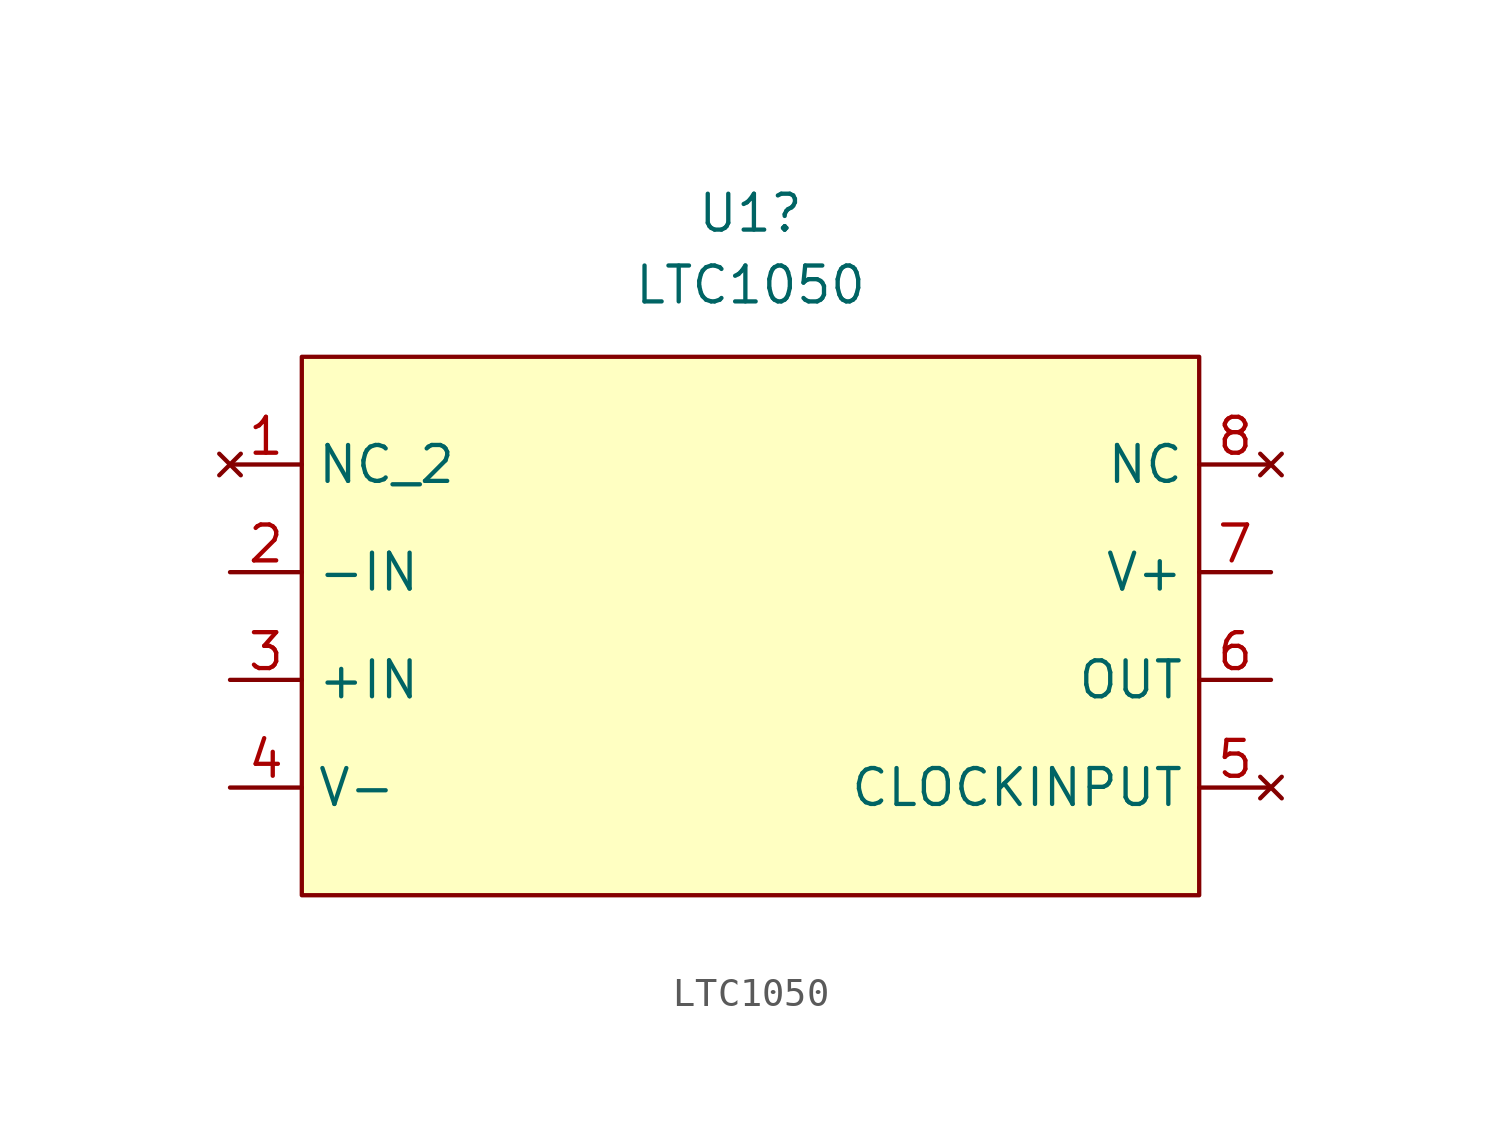
<source format=kicad_sym>
(kicad_symbol_lib
  (version 20220914)
  (generator kicad_symbol_editor)
  (symbol "LTC1050"
    (property "Reference" "U1"
      (at -0.635 2.54 0)
      (effects (font (size 1.27 1.27))))
    (property "Value" "LTC1050"
      (at -0.635 0 0)
      (effects (font (size 1.27 1.27))))
    (symbol "LTC1050_1_1"
      (rectangle (start -16.51 -2.54) (end 15.24 -21.59) (stroke (width 0.152) (type default)) (fill (type background)))
      (pin no_connect line (at -19.05 -6.35 0) (length 2.54) (name "NC_2" (effects (font (size 1.27 1.27)))) (number "1" (effects (font (size 1.27 1.27)))))
      (pin input line (at -19.05 -10.16 0) (length 2.54) (name "-IN" (effects (font (size 1.27 1.27)))) (number "2" (effects (font (size 1.27 1.27)))))
      (pin input line (at -19.05 -13.97 0) (length 2.54) (name "+IN" (effects (font (size 1.27 1.27)))) (number "3" (effects (font (size 1.27 1.27)))))
      (pin input line (at -19.05 -17.78 0) (length 2.54) (name "V-" (effects (font (size 1.27 1.27)))) (number "4" (effects (font (size 1.27 1.27)))))
      (pin no_connect line (at 17.78 -17.78 180) (length 2.54) (name "CLOCKINPUT" (effects (font (size 1.27 1.27)))) (number "5" (effects (font (size 1.27 1.27)))))
      (pin bidirectional line (at 17.78 -13.97 180) (length 2.54) (name "OUT" (effects (font (size 1.27 1.27)))) (number "6" (effects (font (size 1.27 1.27)))))
      (pin input line (at 17.78 -10.16 180) (length 2.54) (name "V+" (effects (font (size 1.27 1.27)))) (number "7" (effects (font (size 1.27 1.27)))))
      (pin no_connect line (at 17.78 -6.35 180) (length 2.54) (name "NC" (effects (font (size 1.27 1.27)))) (number "8" (effects (font (size 1.27 1.27))))))))
</source>
